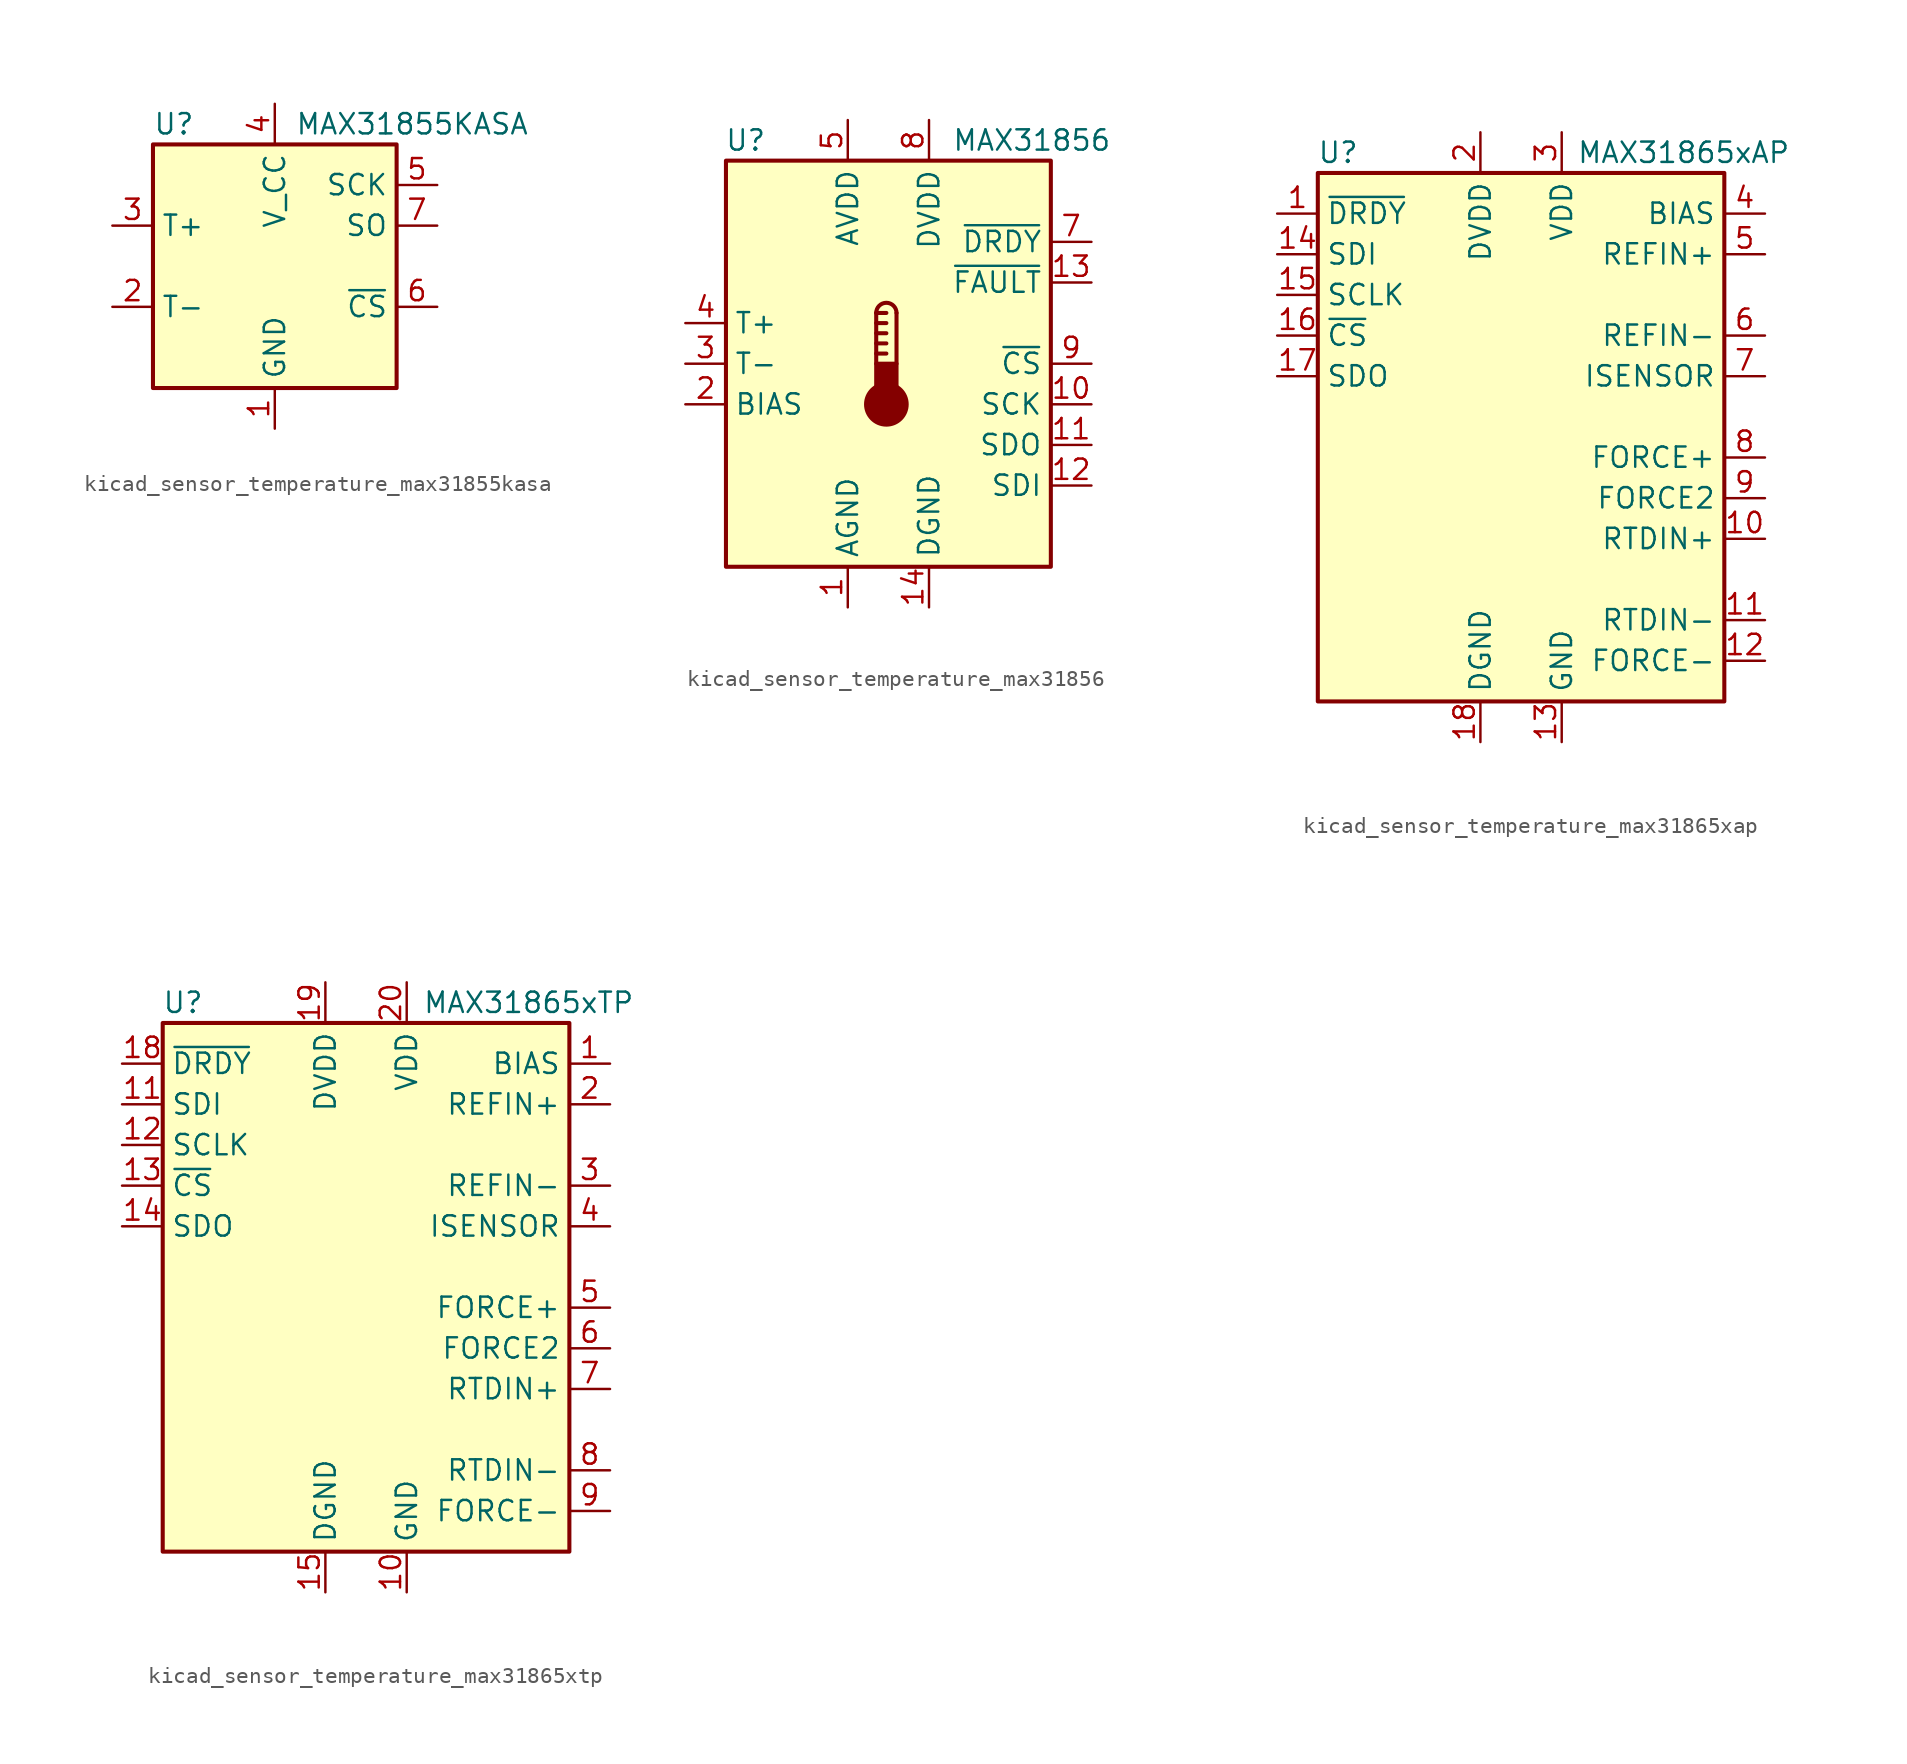
<source format=kicad_sym>
(kicad_symbol_lib
  (version 20220914)
  (generator kicad_symbol_editor)
  (symbol "kicad_sensor_temperature_max31855kasa"
    (property "Reference" "U"
      (at -7.62 8.89 0)
      (effects (font (size 1.27 1.27)) (justify left)))
    (property "Value" "MAX31855KASA"
      (at 1.27 8.89 0)
      (effects (font (size 1.27 1.27)) (justify left)))
    (symbol "kicad_sensor_temperature_max31855kasa_0_1"
      (rectangle (start -7.62 7.62) (end 7.62 -7.62) (stroke (width 0.254) (type default)) (fill (type background))))
    (symbol "kicad_sensor_temperature_max31855kasa_1_1"
      (pin power_in line (at 0 -10.16 90) (length 2.54) (name "GND" (effects (font (size 1.27 1.27)))) (number "1" (effects (font (size 1.27 1.27)))))
      (pin passive line (at -10.16 -2.54 0) (length 2.54) (name "T-" (effects (font (size 1.27 1.27)))) (number "2" (effects (font (size 1.27 1.27)))))
      (pin passive line (at -10.16 2.54 0) (length 2.54) (name "T+" (effects (font (size 1.27 1.27)))) (number "3" (effects (font (size 1.27 1.27)))))
      (pin power_in line (at 0 10.16 270) (length 2.54) (name "V_CC" (effects (font (size 1.27 1.27)))) (number "4" (effects (font (size 1.27 1.27)))))
      (pin input line (at 10.16 5.08 180) (length 2.54) (name "SCK" (effects (font (size 1.27 1.27)))) (number "5" (effects (font (size 1.27 1.27)))))
      (pin input line (at 10.16 -2.54 180) (length 2.54) (name "~{CS}" (effects (font (size 1.27 1.27)))) (number "6" (effects (font (size 1.27 1.27)))))
      (pin tri_state line (at 10.16 2.54 180) (length 2.54) (name "SO" (effects (font (size 1.27 1.27)))) (number "7" (effects (font (size 1.27 1.27)))))))
  (symbol "kicad_sensor_temperature_max31856"
    (property "Reference" "U"
      (at -7.62 13.97 0)
      (effects (font (size 1.27 1.27)) (justify right)))
    (property "Value" "MAX31856"
      (at 13.97 13.97 0)
      (effects (font (size 1.27 1.27)) (justify right)))
    (symbol "kicad_sensor_temperature_max31856_0_1"
      (rectangle (start -10.16 12.7) (end 10.16 -12.7) (stroke (width 0.254) (type default)) (fill (type background)))
      (circle (center -0.127 -2.54) (radius 1.27) (stroke (width 0.254) (type default)) (fill (type outline)))
      (polyline (pts (xy -0.762 0.635) (xy -0.127 0.635)) (stroke (width 0.254) (type default)) (fill (type none)))
      (polyline (pts (xy -0.762 1.27) (xy -0.127 1.27)) (stroke (width 0.254) (type default)) (fill (type none)))
      (polyline (pts (xy -0.762 1.905) (xy -0.127 1.905)) (stroke (width 0.254) (type default)) (fill (type none)))
      (polyline (pts (xy -0.762 2.54) (xy -0.127 2.54)) (stroke (width 0.254) (type default)) (fill (type none)))
      (polyline (pts (xy -0.762 3.175) (xy -0.762 0)) (stroke (width 0.254) (type default)) (fill (type none)))
      (polyline (pts (xy -0.762 3.175) (xy -0.127 3.175)) (stroke (width 0.254) (type default)) (fill (type none)))
      (polyline (pts (xy 0.508 3.175) (xy 0.508 0)) (stroke (width 0.254) (type default)) (fill (type none)))
      (rectangle (start 0.508 -1.905) (end -0.762 0) (stroke (width 0.254) (type default)) (fill (type outline)))
      (arc (start 0.508 3.175) (mid -0.127 3.8073) (end -0.762 3.175) (stroke (width 0.254) (type default)) (fill (type none))))
    (symbol "kicad_sensor_temperature_max31856_1_1"
      (pin power_in line (at -2.54 -15.24 90) (length 2.54) (name "AGND" (effects (font (size 1.27 1.27)))) (number "1" (effects (font (size 1.27 1.27)))))
      (pin input line (at 12.7 -2.54 180) (length 2.54) (name "SCK" (effects (font (size 1.27 1.27)))) (number "10" (effects (font (size 1.27 1.27)))))
      (pin output line (at 12.7 -5.08 180) (length 2.54) (name "SDO" (effects (font (size 1.27 1.27)))) (number "11" (effects (font (size 1.27 1.27)))))
      (pin input line (at 12.7 -7.62 180) (length 2.54) (name "SDI" (effects (font (size 1.27 1.27)))) (number "12" (effects (font (size 1.27 1.27)))))
      (pin output line (at 12.7 5.08 180) (length 2.54) (name "~{FAULT}" (effects (font (size 1.27 1.27)))) (number "13" (effects (font (size 1.27 1.27)))))
      (pin power_in line (at 2.54 -15.24 90) (length 2.54) (name "DGND" (effects (font (size 1.27 1.27)))) (number "14" (effects (font (size 1.27 1.27)))))
      (pin input line (at -12.7 -2.54 0) (length 2.54) (name "BIAS" (effects (font (size 1.27 1.27)))) (number "2" (effects (font (size 1.27 1.27)))))
      (pin input line (at -12.7 0 0) (length 2.54) (name "T-" (effects (font (size 1.27 1.27)))) (number "3" (effects (font (size 1.27 1.27)))))
      (pin input line (at -12.7 2.54 0) (length 2.54) (name "T+" (effects (font (size 1.27 1.27)))) (number "4" (effects (font (size 1.27 1.27)))))
      (pin power_in line (at -2.54 15.24 270) (length 2.54) (name "AVDD" (effects (font (size 1.27 1.27)))) (number "5" (effects (font (size 1.27 1.27)))))
      (pin no_connect line (at -10.16 -7.62 0) (length 2.54) hide (name "DNC" (effects (font (size 1.27 1.27)))) (number "6" (effects (font (size 1.27 1.27)))))
      (pin output line (at 12.7 7.62 180) (length 2.54) (name "~{DRDY}" (effects (font (size 1.27 1.27)))) (number "7" (effects (font (size 1.27 1.27)))))
      (pin power_in line (at 2.54 15.24 270) (length 2.54) (name "DVDD" (effects (font (size 1.27 1.27)))) (number "8" (effects (font (size 1.27 1.27)))))
      (pin input line (at 12.7 0 180) (length 2.54) (name "~{CS}" (effects (font (size 1.27 1.27)))) (number "9" (effects (font (size 1.27 1.27)))))))
  (symbol "kicad_sensor_temperature_max31865xap"
    (property "Reference" "U"
      (at -11.43 19.05 0)
      (effects (font (size 1.27 1.27))))
    (property "Value" "MAX31865xAP"
      (at 10.16 19.05 0)
      (effects (font (size 1.27 1.27))))
    (symbol "kicad_sensor_temperature_max31865xap_0_1"
      (rectangle (start -12.7 17.78) (end 12.7 -15.24) (stroke (width 0.254) (type default)) (fill (type background))))
    (symbol "kicad_sensor_temperature_max31865xap_1_1"
      (pin output line (at -15.24 15.24 0) (length 2.54) (name "~{DRDY}" (effects (font (size 1.27 1.27)))) (number "1" (effects (font (size 1.27 1.27)))))
      (pin input line (at 15.24 -5.08 180) (length 2.54) (name "RTDIN+" (effects (font (size 1.27 1.27)))) (number "10" (effects (font (size 1.27 1.27)))))
      (pin input line (at 15.24 -10.16 180) (length 2.54) (name "RTDIN-" (effects (font (size 1.27 1.27)))) (number "11" (effects (font (size 1.27 1.27)))))
      (pin power_out line (at 15.24 -12.7 180) (length 2.54) (name "FORCE-" (effects (font (size 1.27 1.27)))) (number "12" (effects (font (size 1.27 1.27)))))
      (pin power_in line (at 2.54 -17.78 90) (length 2.54) (name "GND" (effects (font (size 1.27 1.27)))) (number "13" (effects (font (size 1.27 1.27)))))
      (pin input line (at -15.24 12.7 0) (length 2.54) (name "SDI" (effects (font (size 1.27 1.27)))) (number "14" (effects (font (size 1.27 1.27)))))
      (pin input line (at -15.24 10.16 0) (length 2.54) (name "SCLK" (effects (font (size 1.27 1.27)))) (number "15" (effects (font (size 1.27 1.27)))))
      (pin input line (at -15.24 7.62 0) (length 2.54) (name "~{CS}" (effects (font (size 1.27 1.27)))) (number "16" (effects (font (size 1.27 1.27)))))
      (pin tri_state line (at -15.24 5.08 0) (length 2.54) (name "SDO" (effects (font (size 1.27 1.27)))) (number "17" (effects (font (size 1.27 1.27)))))
      (pin power_in line (at -2.54 -17.78 90) (length 2.54) (name "DGND" (effects (font (size 1.27 1.27)))) (number "18" (effects (font (size 1.27 1.27)))))
      (pin passive line (at 2.54 -17.78 90) (length 2.54) hide (name "GND" (effects (font (size 1.27 1.27)))) (number "19" (effects (font (size 1.27 1.27)))))
      (pin power_in line (at -2.54 20.32 270) (length 2.54) (name "DVDD" (effects (font (size 1.27 1.27)))) (number "2" (effects (font (size 1.27 1.27)))))
      (pin no_connect line (at -12.7 -2.54 0) (length 2.54) hide (name "NC" (effects (font (size 1.27 1.27)))) (number "20" (effects (font (size 1.27 1.27)))))
      (pin power_in line (at 2.54 20.32 270) (length 2.54) (name "VDD" (effects (font (size 1.27 1.27)))) (number "3" (effects (font (size 1.27 1.27)))))
      (pin power_out line (at 15.24 15.24 180) (length 2.54) (name "BIAS" (effects (font (size 1.27 1.27)))) (number "4" (effects (font (size 1.27 1.27)))))
      (pin input line (at 15.24 12.7 180) (length 2.54) (name "REFIN+" (effects (font (size 1.27 1.27)))) (number "5" (effects (font (size 1.27 1.27)))))
      (pin input line (at 15.24 7.62 180) (length 2.54) (name "REFIN-" (effects (font (size 1.27 1.27)))) (number "6" (effects (font (size 1.27 1.27)))))
      (pin passive line (at 15.24 5.08 180) (length 2.54) (name "ISENSOR" (effects (font (size 1.27 1.27)))) (number "7" (effects (font (size 1.27 1.27)))))
      (pin passive line (at 15.24 0 180) (length 2.54) (name "FORCE+" (effects (font (size 1.27 1.27)))) (number "8" (effects (font (size 1.27 1.27)))))
      (pin input line (at 15.24 -2.54 180) (length 2.54) (name "FORCE2" (effects (font (size 1.27 1.27)))) (number "9" (effects (font (size 1.27 1.27)))))))
  (symbol "kicad_sensor_temperature_max31865xtp"
    (property "Reference" "U"
      (at -11.43 19.05 0)
      (effects (font (size 1.27 1.27))))
    (property "Value" "MAX31865xTP"
      (at 10.16 19.05 0)
      (effects (font (size 1.27 1.27))))
    (symbol "kicad_sensor_temperature_max31865xtp_0_1"
      (rectangle (start -12.7 17.78) (end 12.7 -15.24) (stroke (width 0.254) (type default)) (fill (type background))))
    (symbol "kicad_sensor_temperature_max31865xtp_1_1"
      (pin power_out line (at 15.24 15.24 180) (length 2.54) (name "BIAS" (effects (font (size 1.27 1.27)))) (number "1" (effects (font (size 1.27 1.27)))))
      (pin power_in line (at 2.54 -17.78 90) (length 2.54) (name "GND" (effects (font (size 1.27 1.27)))) (number "10" (effects (font (size 1.27 1.27)))))
      (pin input line (at -15.24 12.7 0) (length 2.54) (name "SDI" (effects (font (size 1.27 1.27)))) (number "11" (effects (font (size 1.27 1.27)))))
      (pin input line (at -15.24 10.16 0) (length 2.54) (name "SCLK" (effects (font (size 1.27 1.27)))) (number "12" (effects (font (size 1.27 1.27)))))
      (pin input line (at -15.24 7.62 0) (length 2.54) (name "~{CS}" (effects (font (size 1.27 1.27)))) (number "13" (effects (font (size 1.27 1.27)))))
      (pin tri_state line (at -15.24 5.08 0) (length 2.54) (name "SDO" (effects (font (size 1.27 1.27)))) (number "14" (effects (font (size 1.27 1.27)))))
      (pin power_in line (at -2.54 -17.78 90) (length 2.54) (name "DGND" (effects (font (size 1.27 1.27)))) (number "15" (effects (font (size 1.27 1.27)))))
      (pin passive line (at 2.54 -17.78 90) (length 2.54) hide (name "GND" (effects (font (size 1.27 1.27)))) (number "16" (effects (font (size 1.27 1.27)))))
      (pin no_connect line (at -12.7 -2.54 0) (length 2.54) hide (name "NC" (effects (font (size 1.27 1.27)))) (number "17" (effects (font (size 1.27 1.27)))))
      (pin output line (at -15.24 15.24 0) (length 2.54) (name "~{DRDY}" (effects (font (size 1.27 1.27)))) (number "18" (effects (font (size 1.27 1.27)))))
      (pin power_in line (at -2.54 20.32 270) (length 2.54) (name "DVDD" (effects (font (size 1.27 1.27)))) (number "19" (effects (font (size 1.27 1.27)))))
      (pin input line (at 15.24 12.7 180) (length 2.54) (name "REFIN+" (effects (font (size 1.27 1.27)))) (number "2" (effects (font (size 1.27 1.27)))))
      (pin power_in line (at 2.54 20.32 270) (length 2.54) (name "VDD" (effects (font (size 1.27 1.27)))) (number "20" (effects (font (size 1.27 1.27)))))
      (pin passive line (at 2.54 -17.78 90) (length 2.54) hide (name "GND" (effects (font (size 1.27 1.27)))) (number "21" (effects (font (size 1.27 1.27)))))
      (pin input line (at 15.24 7.62 180) (length 2.54) (name "REFIN-" (effects (font (size 1.27 1.27)))) (number "3" (effects (font (size 1.27 1.27)))))
      (pin passive line (at 15.24 5.08 180) (length 2.54) (name "ISENSOR" (effects (font (size 1.27 1.27)))) (number "4" (effects (font (size 1.27 1.27)))))
      (pin passive line (at 15.24 0 180) (length 2.54) (name "FORCE+" (effects (font (size 1.27 1.27)))) (number "5" (effects (font (size 1.27 1.27)))))
      (pin input line (at 15.24 -2.54 180) (length 2.54) (name "FORCE2" (effects (font (size 1.27 1.27)))) (number "6" (effects (font (size 1.27 1.27)))))
      (pin input line (at 15.24 -5.08 180) (length 2.54) (name "RTDIN+" (effects (font (size 1.27 1.27)))) (number "7" (effects (font (size 1.27 1.27)))))
      (pin input line (at 15.24 -10.16 180) (length 2.54) (name "RTDIN-" (effects (font (size 1.27 1.27)))) (number "8" (effects (font (size 1.27 1.27)))))
      (pin power_out line (at 15.24 -12.7 180) (length 2.54) (name "FORCE-" (effects (font (size 1.27 1.27)))) (number "9" (effects (font (size 1.27 1.27))))))))
</source>
